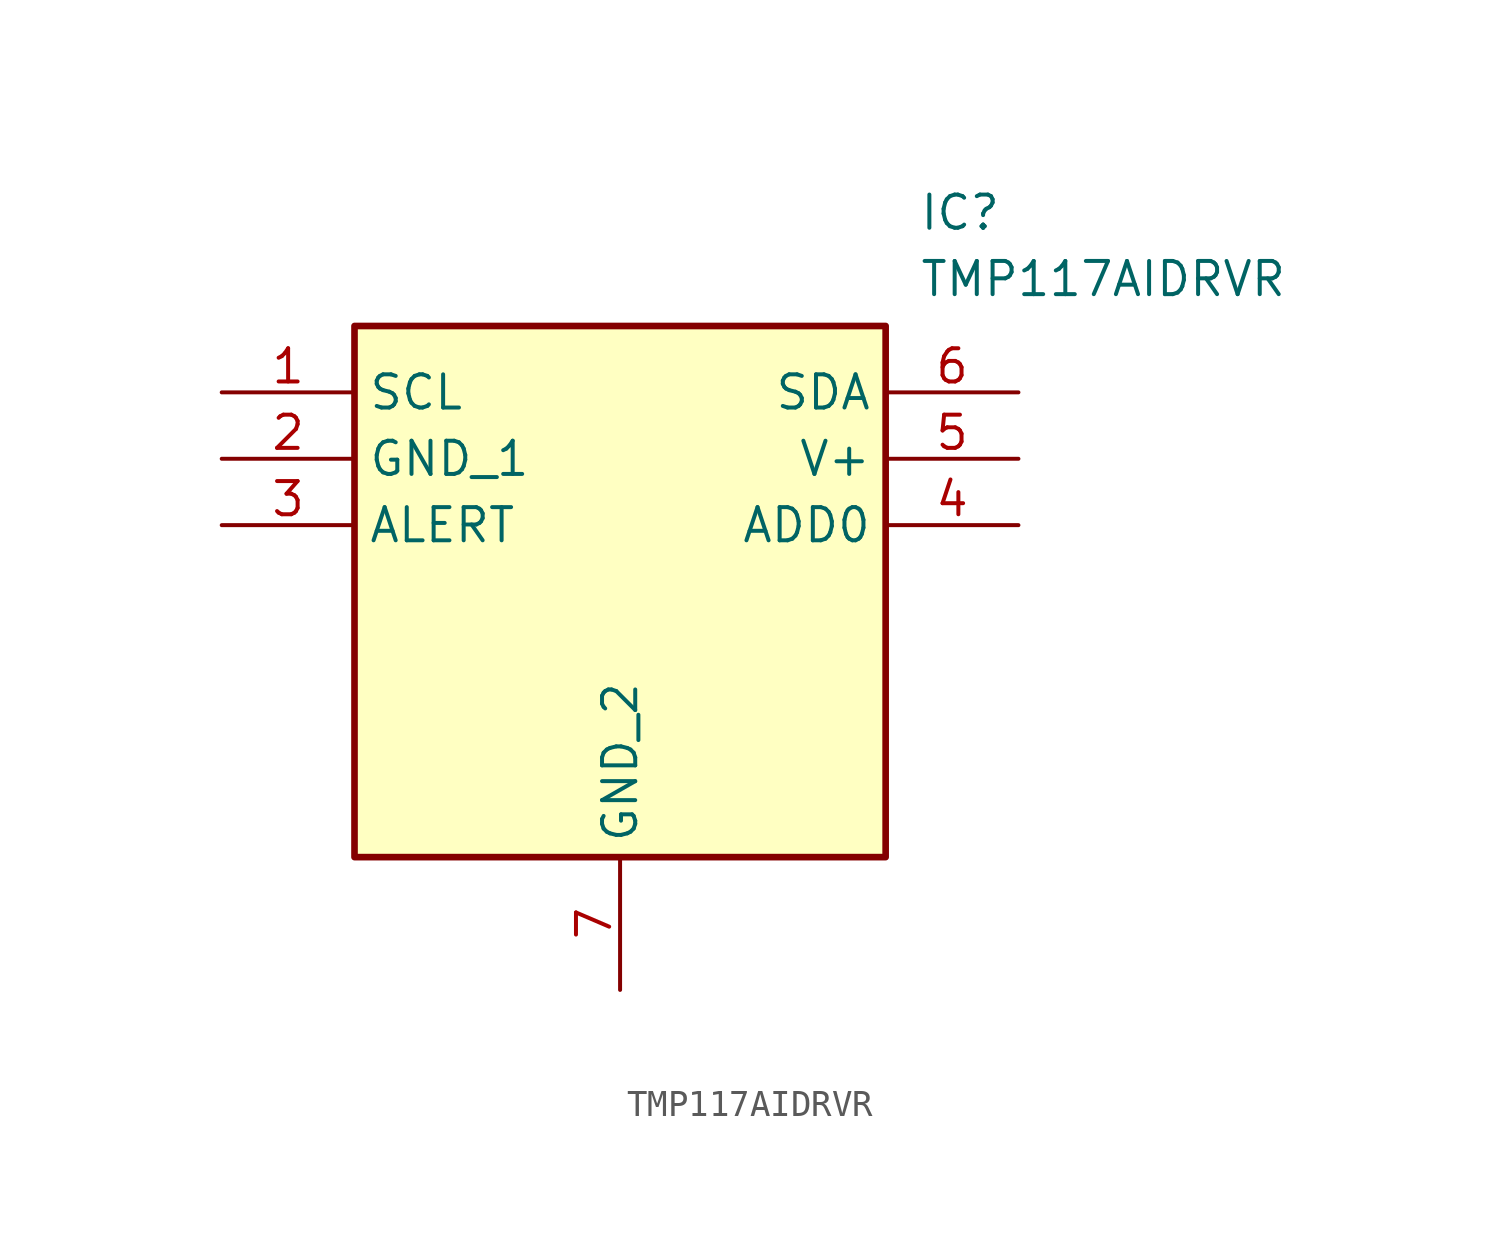
<source format=kicad_sym>
(kicad_symbol_lib
  (version 20211014)
  (generator SamacSys_ECAD_Model)
  (symbol "TMP117AIDRVR"
    (property "Reference" "IC"
      (at 26.67 7.62 0)
      (effects (font (size 1.27 1.27)) (justify left top)))
    (property "Value" "TMP117AIDRVR"
      (at 26.67 5.08 0)
      (effects (font (size 1.27 1.27)) (justify left top)))
    (rectangle
      (start 5.08 2.54)
      (end 25.4 -17.78)
      (stroke (width 0.254) (type default))
      (fill (type background)))
    (pin passive line
      (at 0 0 0)
      (length 5.08)
      (name "SCL" (effects (font (size 1.27 1.27))))
      (number "1" (effects (font (size 1.27 1.27)))))
    (pin passive line
      (at 0 -2.54 0)
      (length 5.08)
      (name "GND_1" (effects (font (size 1.27 1.27))))
      (number "2" (effects (font (size 1.27 1.27)))))
    (pin passive line
      (at 0 -5.08 0)
      (length 5.08)
      (name "ALERT" (effects (font (size 1.27 1.27))))
      (number "3" (effects (font (size 1.27 1.27)))))
    (pin passive line
      (at 15.24 -22.86 90)
      (length 5.08)
      (name "GND_2" (effects (font (size 1.27 1.27))))
      (number "7" (effects (font (size 1.27 1.27)))))
    (pin passive line
      (at 30.48 0 180)
      (length 5.08)
      (name "SDA" (effects (font (size 1.27 1.27))))
      (number "6" (effects (font (size 1.27 1.27)))))
    (pin passive line
      (at 30.48 -2.54 180)
      (length 5.08)
      (name "V+" (effects (font (size 1.27 1.27))))
      (number "5" (effects (font (size 1.27 1.27)))))
    (pin passive line
      (at 30.48 -5.08 180)
      (length 5.08)
      (name "ADD0" (effects (font (size 1.27 1.27))))
      (number "4" (effects (font (size 1.27 1.27)))))))
</source>
